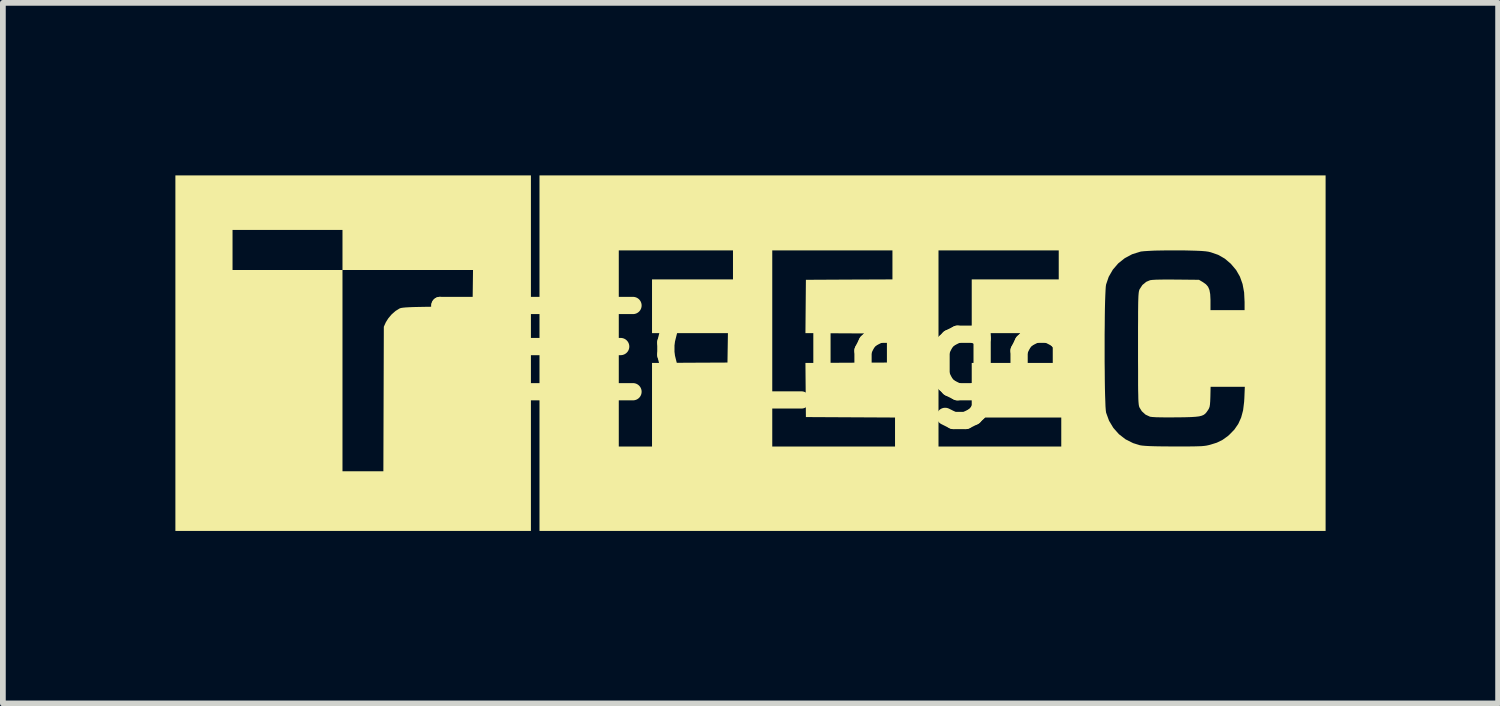
<source format=kicad_pcb>
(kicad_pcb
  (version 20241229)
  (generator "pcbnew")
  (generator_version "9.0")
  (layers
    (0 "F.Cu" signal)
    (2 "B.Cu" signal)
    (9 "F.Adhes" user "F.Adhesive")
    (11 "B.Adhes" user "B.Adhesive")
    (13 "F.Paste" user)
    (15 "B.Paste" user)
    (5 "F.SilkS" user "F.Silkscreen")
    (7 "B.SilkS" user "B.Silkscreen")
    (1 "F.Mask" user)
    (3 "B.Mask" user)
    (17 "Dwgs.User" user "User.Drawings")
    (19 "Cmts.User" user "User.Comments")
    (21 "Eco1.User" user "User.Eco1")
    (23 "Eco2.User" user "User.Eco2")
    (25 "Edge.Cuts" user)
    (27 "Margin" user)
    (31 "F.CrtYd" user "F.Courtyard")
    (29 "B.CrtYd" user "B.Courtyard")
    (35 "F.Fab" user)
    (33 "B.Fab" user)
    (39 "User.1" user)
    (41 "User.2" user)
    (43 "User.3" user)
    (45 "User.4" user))
  (footprint "FEEC_logo"
    (layer "F.Cu")
    (at 9.994 3.084)
    (property "Reference" "FEEC_logo" (at 0 0 0) (layer "F.SilkS") (effects (font (size 1.5 1.5) (thickness 0.3))))
    (attr board_only exclude_from_pos_files exclude_from_bom)
    (fp_poly (pts (xy -3.811 0.007) (xy -3.811 3.099) (xy -6.902 3.099) (xy -9.994 3.099) (xy -9.994 0.007) (xy -9.994 -2.135) (xy -9 -2.135) (xy -9 -1.787) (xy -9 -1.438) (xy -8.044 -1.438) (xy -7.088 -1.438) (xy -7.088 0.311) (xy -7.088 2.061) (xy -6.732 2.061) (xy -6.377 2.061) (xy -6.373 0.804) (xy -6.369 -0.452) (xy -6.334 -0.53) (xy -6.292 -0.597) (xy -6.234 -0.666) (xy -6.166 -0.726) (xy -6.1 -0.767) (xy -6.098 -0.768) (xy -6.081 -0.775) (xy -6.058 -0.78) (xy -6.027 -0.784) (xy -5.985 -0.788) (xy -5.929 -0.791) (xy -5.857 -0.794) (xy -5.764 -0.796) (xy -5.649 -0.798) (xy -5.508 -0.8) (xy -5.434 -0.801) (xy -4.826 -0.808) (xy -4.822 -1.123) (xy -4.818 -1.438) (xy -5.953 -1.438) (xy -7.088 -1.438) (xy -7.088 -1.787) (xy -7.088 -2.135) (xy -8.044 -2.135) (xy -9 -2.135) (xy -9.994 -2.135) (xy -9.994 -3.084) (xy -6.902 -3.084) (xy -3.811 -3.084)) (stroke (width 0) (type solid)) (fill yes) (layer "F.SilkS"))
    (fp_poly (pts (xy 10.009 0.007) (xy 10.009 3.099) (xy 3.173 3.099) (xy -3.662 3.099) (xy -3.662 0.007) (xy -3.662 -1.779) (xy -2.283 -1.779) (xy -2.283 -0.074) (xy -2.283 1.631) (xy -1.994 1.631) (xy -1.705 1.631) (xy -1.705 0.905) (xy -1.705 0.178) (xy -1.049 0.174) (xy -0.393 0.171) (xy -0.389 -0.085) (xy -0.385 -0.341) (xy -1.045 -0.341) (xy -1.705 -0.341) (xy -1.705 -0.808) (xy -1.705 -1.275) (xy -1.001 -1.275) (xy -0.297 -1.275) (xy -0.297 -1.527) (xy -0.297 -1.779) (xy 0.386 -1.779) (xy 0.386 -0.074) (xy 0.386 1.631) (xy 1.453 1.631) (xy 2.521 1.631) (xy 2.521 1.379) (xy 2.521 1.127) (xy 1.746 1.123) (xy 0.971 1.119) (xy 0.967 0.649) (xy 0.963 0.178) (xy 1.672 0.174) (xy 2.38 0.171) (xy 2.38 -0.082) (xy 2.38 -0.334) (xy 1.672 -0.337) (xy 0.963 -0.341) (xy 0.967 -0.805) (xy 0.971 -1.268) (xy 1.724 -1.272) (xy 2.476 -1.275) (xy 2.476 -1.527) (xy 2.476 -1.779) (xy 3.277 -1.779) (xy 3.277 -0.074) (xy 3.277 1.631) (xy 4.345 1.631) (xy 5.412 1.631) (xy 5.412 1.379) (xy 5.412 1.127) (xy 4.634 1.127) (xy 3.855 1.127) (xy 3.855 0.652) (xy 3.855 0.178) (xy 4.56 0.178) (xy 5.264 0.178) (xy 5.264 0.001) (xy 6.166 0.001) (xy 6.166 0.163) (xy 6.168 0.321) (xy 6.169 0.471) (xy 6.171 0.61) (xy 6.174 0.736) (xy 6.178 0.844) (xy 6.181 0.933) (xy 6.186 0.999) (xy 6.191 1.039) (xy 6.192 1.043) (xy 6.243 1.183) (xy 6.318 1.308) (xy 6.415 1.417) (xy 6.53 1.506) (xy 6.661 1.572) (xy 6.78 1.609) (xy 6.819 1.615) (xy 6.875 1.62) (xy 6.95 1.624) (xy 7.046 1.627) (xy 7.166 1.629) (xy 7.313 1.63) (xy 7.378 1.63) (xy 7.517 1.63) (xy 7.63 1.63) (xy 7.721 1.629) (xy 7.792 1.627) (xy 7.849 1.625) (xy 7.895 1.621) (xy 7.933 1.616) (xy 7.966 1.609) (xy 7.996 1.602) (xy 8.116 1.565) (xy 8.216 1.516) (xy 8.307 1.451) (xy 8.333 1.428) (xy 8.422 1.337) (xy 8.49 1.238) (xy 8.54 1.128) (xy 8.574 1.002) (xy 8.592 0.855) (xy 8.596 0.79) (xy 8.604 0.593) (xy 8.307 0.593) (xy 8.009 0.593) (xy 8.005 0.768) (xy 8.002 0.845) (xy 7.998 0.899) (xy 7.992 0.937) (xy 7.982 0.966) (xy 7.967 0.993) (xy 7.96 1.003) (xy 7.938 1.035) (xy 7.915 1.061) (xy 7.888 1.081) (xy 7.853 1.096) (xy 7.808 1.107) (xy 7.748 1.114) (xy 7.67 1.119) (xy 7.57 1.122) (xy 7.445 1.124) (xy 7.411 1.124) (xy 7.272 1.125) (xy 7.156 1.124) (xy 7.063 1.122) (xy 6.996 1.118) (xy 6.957 1.113) (xy 6.956 1.113) (xy 6.878 1.077) (xy 6.813 1.018) (xy 6.775 0.957) (xy 6.769 0.944) (xy 6.764 0.928) (xy 6.76 0.907) (xy 6.757 0.879) (xy 6.754 0.842) (xy 6.752 0.794) (xy 6.751 0.732) (xy 6.749 0.653) (xy 6.748 0.557) (xy 6.748 0.44) (xy 6.748 0.3) (xy 6.747 0.135) (xy 6.747 -0.057) (xy 6.747 -0.074) (xy 6.747 -0.268) (xy 6.747 -0.435) (xy 6.748 -0.577) (xy 6.748 -0.696) (xy 6.749 -0.794) (xy 6.75 -0.874) (xy 6.752 -0.937) (xy 6.754 -0.987) (xy 6.757 -1.025) (xy 6.76 -1.053) (xy 6.764 -1.074) (xy 6.769 -1.091) (xy 6.774 -1.104) (xy 6.775 -1.105) (xy 6.823 -1.178) (xy 6.89 -1.233) (xy 6.956 -1.261) (xy 6.993 -1.266) (xy 7.058 -1.27) (xy 7.149 -1.272) (xy 7.264 -1.273) (xy 7.402 -1.272) (xy 7.411 -1.272) (xy 7.807 -1.268) (xy 7.876 -1.227) (xy 7.928 -1.19) (xy 7.965 -1.147) (xy 7.989 -1.091) (xy 8.002 -1.019) (xy 8.007 -0.923) (xy 8.007 -0.9) (xy 8.007 -0.741) (xy 8.304 -0.741) (xy 8.6 -0.741) (xy 8.6 -0.881) (xy 8.592 -1.048) (xy 8.565 -1.194) (xy 8.519 -1.323) (xy 8.453 -1.438) (xy 8.365 -1.542) (xy 8.362 -1.546) (xy 8.256 -1.636) (xy 8.141 -1.702) (xy 8.011 -1.747) (xy 7.969 -1.757) (xy 7.919 -1.764) (xy 7.845 -1.77) (xy 7.751 -1.774) (xy 7.641 -1.777) (xy 7.521 -1.78) (xy 7.396 -1.78) (xy 7.27 -1.78) (xy 7.148 -1.778) (xy 7.035 -1.776) (xy 6.936 -1.771) (xy 6.856 -1.766) (xy 6.798 -1.76) (xy 6.787 -1.757) (xy 6.645 -1.713) (xy 6.516 -1.644) (xy 6.403 -1.554) (xy 6.309 -1.445) (xy 6.237 -1.32) (xy 6.191 -1.185) (xy 6.186 -1.148) (xy 6.182 -1.085) (xy 6.178 -0.998) (xy 6.174 -0.891) (xy 6.171 -0.767) (xy 6.169 -0.629) (xy 6.168 -0.48) (xy 6.166 -0.323) (xy 6.166 -0.162) (xy 6.166 0.001) (xy 5.264 0.001) (xy 5.264 -0.082) (xy 5.264 -0.341) (xy 4.56 -0.341) (xy 3.855 -0.341) (xy 3.855 -0.808) (xy 3.855 -1.275) (xy 4.611 -1.275) (xy 5.368 -1.275) (xy 5.368 -1.527) (xy 5.368 -1.779) (xy 4.322 -1.779) (xy 3.277 -1.779) (xy 2.476 -1.779) (xy 1.431 -1.779) (xy 0.386 -1.779) (xy -0.297 -1.779) (xy -1.29 -1.779) (xy -2.283 -1.779) (xy -3.662 -1.779) (xy -3.662 -3.084) (xy 3.173 -3.084) (xy 10.009 -3.084)) (stroke (width 0) (type solid)) (fill yes) (layer "F.SilkS")))
  (gr_rect
    (start -3 -3)
    (end 23.003 9.183)
    (stroke (width 0.1) (type default))
    (fill no)
    (layer "Edge.Cuts")))
</source>
